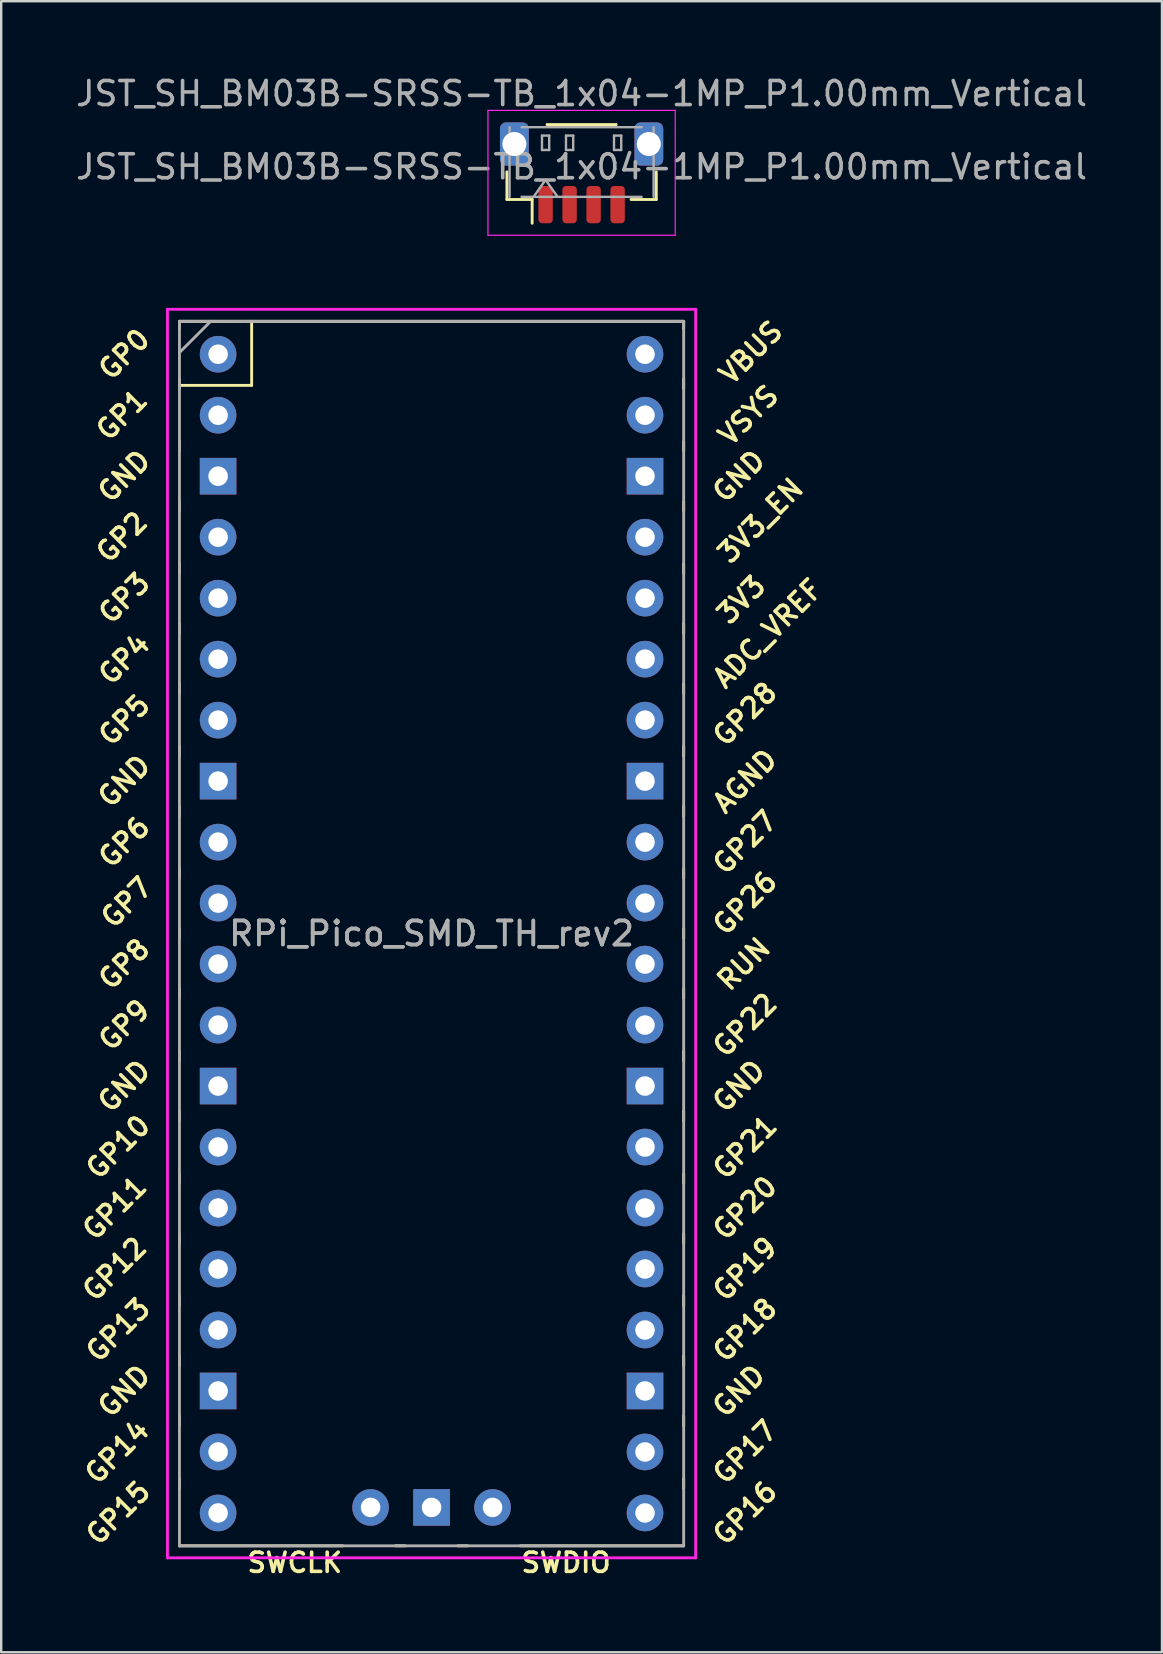
<source format=kicad_pcb>
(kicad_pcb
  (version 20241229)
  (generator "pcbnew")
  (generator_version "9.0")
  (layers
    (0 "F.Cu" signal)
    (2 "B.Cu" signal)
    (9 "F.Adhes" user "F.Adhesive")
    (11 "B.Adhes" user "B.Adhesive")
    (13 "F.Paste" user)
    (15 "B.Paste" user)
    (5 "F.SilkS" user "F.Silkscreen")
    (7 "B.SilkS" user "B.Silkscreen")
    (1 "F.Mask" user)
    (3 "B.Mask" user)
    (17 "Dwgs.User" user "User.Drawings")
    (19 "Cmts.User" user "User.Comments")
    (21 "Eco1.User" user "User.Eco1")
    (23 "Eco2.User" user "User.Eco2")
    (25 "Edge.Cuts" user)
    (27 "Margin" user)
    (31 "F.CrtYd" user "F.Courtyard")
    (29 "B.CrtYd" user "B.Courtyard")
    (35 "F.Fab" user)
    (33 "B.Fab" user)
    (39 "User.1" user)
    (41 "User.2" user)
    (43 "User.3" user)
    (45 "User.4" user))
  (footprint "JST_SH_BM03B-SRSS-TB_1x04-1MP_P1.00mm_Vertical"
    (layer "F.Cu")
    (at 21.173 4.148)
    (property "Reference" "JST_SH_BM03B-SRSS-TB_1x04-1MP_P1.00mm_Vertical" (at 0 -3.3 0) (layer "F.Fab") (effects (font (size 1 1) (thickness 0.15))))
    (attr smd)
    (fp_line (start -3.11 -0.04) (end -3.11 1.11) (stroke (width 0.12) (type solid)) (layer "F.SilkS"))
    (fp_line (start -3.11 1.11) (end -2.06 1.11) (stroke (width 0.12) (type solid)) (layer "F.SilkS"))
    (fp_line (start -2.06 1.11) (end -2.06 2.1) (stroke (width 0.12) (type solid)) (layer "F.SilkS"))
    (fp_line (start -1.44 -2.01) (end 1.44 -2.01) (stroke (width 0.12) (type solid)) (layer "F.SilkS"))
    (fp_line (start 3.11 -0.04) (end 3.11 1.11) (stroke (width 0.12) (type solid)) (layer "F.SilkS"))
    (fp_line (start 3.11 1.11) (end 2.06 1.11) (stroke (width 0.12) (type solid)) (layer "F.SilkS"))
    (fp_line (start -3.9 -2.6) (end -3.9 2.6) (stroke (width 0.05) (type solid)) (layer "F.CrtYd"))
    (fp_line (start -3.9 2.6) (end 3.9 2.6) (stroke (width 0.05) (type solid)) (layer "F.CrtYd"))
    (fp_line (start 3.9 -2.6) (end -3.9 -2.6) (stroke (width 0.05) (type solid)) (layer "F.CrtYd"))
    (fp_line (start 3.9 2.6) (end 3.9 -2.6) (stroke (width 0.05) (type solid)) (layer "F.CrtYd"))
    (fp_line (start -3 1) (end -3 -1.9) (stroke (width 0.1) (type solid)) (layer "F.Fab"))
    (fp_line (start -2.5 -1.9) (end 2.5 -1.9) (stroke (width 0.1) (type solid)) (layer "F.Fab"))
    (fp_line (start -2.5 1) (end 2.5 1) (stroke (width 0.1) (type solid)) (layer "F.Fab"))
    (fp_line (start -2 1) (end -1.5 0.293) (stroke (width 0.1) (type solid)) (layer "F.Fab"))
    (fp_line (start -1.65 -1.55) (end -1.65 -0.95) (stroke (width 0.1) (type solid)) (layer "F.Fab"))
    (fp_line (start -1.65 -0.95) (end -1.35 -0.95) (stroke (width 0.1) (type solid)) (layer "F.Fab"))
    (fp_line (start -1.5 0.293) (end -1 1) (stroke (width 0.1) (type solid)) (layer "F.Fab"))
    (fp_line (start -1.35 -1.55) (end -1.65 -1.55) (stroke (width 0.1) (type solid)) (layer "F.Fab"))
    (fp_line (start -1.35 -0.95) (end -1.35 -1.55) (stroke (width 0.1) (type solid)) (layer "F.Fab"))
    (fp_line (start -0.65 -1.55) (end -0.65 -0.95) (stroke (width 0.1) (type solid)) (layer "F.Fab"))
    (fp_line (start -0.65 -0.95) (end -0.35 -0.95) (stroke (width 0.1) (type solid)) (layer "F.Fab"))
    (fp_line (start -0.35 -1.55) (end -0.65 -1.55) (stroke (width 0.1) (type solid)) (layer "F.Fab"))
    (fp_line (start -0.35 -0.95) (end -0.35 -1.55) (stroke (width 0.1) (type solid)) (layer "F.Fab"))
    (fp_line (start 1.35 -1.55) (end 1.35 -0.95) (stroke (width 0.1) (type solid)) (layer "F.Fab"))
    (fp_line (start 1.35 -0.95) (end 1.65 -0.95) (stroke (width 0.1) (type solid)) (layer "F.Fab"))
    (fp_line (start 1.65 -1.55) (end 1.35 -1.55) (stroke (width 0.1) (type solid)) (layer "F.Fab"))
    (fp_line (start 1.65 -0.95) (end 1.65 -1.55) (stroke (width 0.1) (type solid)) (layer "F.Fab"))
    (fp_line (start 3 1) (end 3 -1.9) (stroke (width 0.1) (type solid)) (layer "F.Fab"))
    (fp_text user "${REFERENCE}" (at 0 -0.25 0) (layer "F.Fab") (effects (font (size 1 1) (thickness 0.15))))
    (pad "1" smd roundrect (at -1.5 1.325) (size 0.6 1.55) (layers "F.Cu" "F.Mask" "F.Paste") (roundrect_rratio 0.25))
    (pad "2" smd roundrect (at -0.5 1.325) (size 0.6 1.55) (layers "F.Cu" "F.Mask" "F.Paste") (roundrect_rratio 0.25))
    (pad "3" smd roundrect (at 0.5 1.325) (size 0.6 1.55) (layers "F.Cu" "F.Mask" "F.Paste") (roundrect_rratio 0.25))
    (pad "4" smd roundrect (at 1.5 1.325) (size 0.6 1.55) (layers "F.Cu" "F.Mask" "F.Paste") (roundrect_rratio 0.25))
    (pad "MP" thru_hole roundrect (at -2.8 -1.2) (size 1.2 1.8) (drill 1) (layers "*.Cu" "*.Mask") (roundrect_rratio 0.208))
    (pad "MP" thru_hole roundrect (at 2.8 -1.2) (size 1.2 1.8) (drill 1) (layers "*.Cu" "*.Mask") (roundrect_rratio 0.208)))
  (footprint "RPi_Pico_SMD_TH_rev2"
    (layer "F.Cu")
    (at 14.924 35.833)
    (property "Reference" "RPi_Pico_SMD_TH_rev2" (at 0 0 0) (layer "F.Fab") (effects (font (size 1 1) (thickness 0.15))))
    (fp_line (start -10.5 -25.5) (end -10.5 -25.2) (stroke (width 0.12) (type solid)) (layer "F.SilkS"))
    (fp_line (start -10.5 -25.5) (end 10.5 -25.5) (stroke (width 0.12) (type solid)) (layer "F.SilkS"))
    (fp_line (start -10.5 -23.1) (end -10.5 -22.7) (stroke (width 0.12) (type solid)) (layer "F.SilkS"))
    (fp_line (start -10.5 -22.833) (end -7.493 -22.833) (stroke (width 0.12) (type solid)) (layer "F.SilkS"))
    (fp_line (start -10.5 -20.5) (end -10.5 -20.1) (stroke (width 0.12) (type solid)) (layer "F.SilkS"))
    (fp_line (start -10.5 -18) (end -10.5 -17.6) (stroke (width 0.12) (type solid)) (layer "F.SilkS"))
    (fp_line (start -10.5 -15.4) (end -10.5 -15) (stroke (width 0.12) (type solid)) (layer "F.SilkS"))
    (fp_line (start -10.5 -12.9) (end -10.5 -12.5) (stroke (width 0.12) (type solid)) (layer "F.SilkS"))
    (fp_line (start -10.5 -10.4) (end -10.5 -10) (stroke (width 0.12) (type solid)) (layer "F.SilkS"))
    (fp_line (start -10.5 -7.8) (end -10.5 -7.4) (stroke (width 0.12) (type solid)) (layer "F.SilkS"))
    (fp_line (start -10.5 -5.3) (end -10.5 -4.9) (stroke (width 0.12) (type solid)) (layer "F.SilkS"))
    (fp_line (start -10.5 -2.7) (end -10.5 -2.3) (stroke (width 0.12) (type solid)) (layer "F.SilkS"))
    (fp_line (start -10.5 -0.2) (end -10.5 0.2) (stroke (width 0.12) (type solid)) (layer "F.SilkS"))
    (fp_line (start -10.5 2.3) (end -10.5 2.7) (stroke (width 0.12) (type solid)) (layer "F.SilkS"))
    (fp_line (start -10.5 4.9) (end -10.5 5.3) (stroke (width 0.12) (type solid)) (layer "F.SilkS"))
    (fp_line (start -10.5 7.4) (end -10.5 7.8) (stroke (width 0.12) (type solid)) (layer "F.SilkS"))
    (fp_line (start -10.5 10) (end -10.5 10.4) (stroke (width 0.12) (type solid)) (layer "F.SilkS"))
    (fp_line (start -10.5 12.5) (end -10.5 12.9) (stroke (width 0.12) (type solid)) (layer "F.SilkS"))
    (fp_line (start -10.5 15.1) (end -10.5 15.5) (stroke (width 0.12) (type solid)) (layer "F.SilkS"))
    (fp_line (start -10.5 17.6) (end -10.5 18) (stroke (width 0.12) (type solid)) (layer "F.SilkS"))
    (fp_line (start -10.5 20.1) (end -10.5 20.5) (stroke (width 0.12) (type solid)) (layer "F.SilkS"))
    (fp_line (start -10.5 22.7) (end -10.5 23.1) (stroke (width 0.12) (type solid)) (layer "F.SilkS"))
    (fp_line (start -7.493 -22.833) (end -7.493 -25.5) (stroke (width 0.12) (type solid)) (layer "F.SilkS"))
    (fp_line (start -3.7 25.5) (end -10.5 25.5) (stroke (width 0.12) (type solid)) (layer "F.SilkS"))
    (fp_line (start -1.5 25.5) (end -1.1 25.5) (stroke (width 0.12) (type solid)) (layer "F.SilkS"))
    (fp_line (start 1.1 25.5) (end 1.5 25.5) (stroke (width 0.12) (type solid)) (layer "F.SilkS"))
    (fp_line (start 10.5 -25.5) (end 10.5 -25.2) (stroke (width 0.12) (type solid)) (layer "F.SilkS"))
    (fp_line (start 10.5 -23.1) (end 10.5 -22.7) (stroke (width 0.12) (type solid)) (layer "F.SilkS"))
    (fp_line (start 10.5 -20.5) (end 10.5 -20.1) (stroke (width 0.12) (type solid)) (layer "F.SilkS"))
    (fp_line (start 10.5 -18) (end 10.5 -17.6) (stroke (width 0.12) (type solid)) (layer "F.SilkS"))
    (fp_line (start 10.5 -15.4) (end 10.5 -15) (stroke (width 0.12) (type solid)) (layer "F.SilkS"))
    (fp_line (start 10.5 -12.9) (end 10.5 -12.5) (stroke (width 0.12) (type solid)) (layer "F.SilkS"))
    (fp_line (start 10.5 -10.4) (end 10.5 -10) (stroke (width 0.12) (type solid)) (layer "F.SilkS"))
    (fp_line (start 10.5 -7.8) (end 10.5 -7.4) (stroke (width 0.12) (type solid)) (layer "F.SilkS"))
    (fp_line (start 10.5 -5.3) (end 10.5 -4.9) (stroke (width 0.12) (type solid)) (layer "F.SilkS"))
    (fp_line (start 10.5 -2.7) (end 10.5 -2.3) (stroke (width 0.12) (type solid)) (layer "F.SilkS"))
    (fp_line (start 10.5 -0.2) (end 10.5 0.2) (stroke (width 0.12) (type solid)) (layer "F.SilkS"))
    (fp_line (start 10.5 2.3) (end 10.5 2.7) (stroke (width 0.12) (type solid)) (layer "F.SilkS"))
    (fp_line (start 10.5 4.9) (end 10.5 5.3) (stroke (width 0.12) (type solid)) (layer "F.SilkS"))
    (fp_line (start 10.5 7.4) (end 10.5 7.8) (stroke (width 0.12) (type solid)) (layer "F.SilkS"))
    (fp_line (start 10.5 10) (end 10.5 10.4) (stroke (width 0.12) (type solid)) (layer "F.SilkS"))
    (fp_line (start 10.5 12.5) (end 10.5 12.9) (stroke (width 0.12) (type solid)) (layer "F.SilkS"))
    (fp_line (start 10.5 15.1) (end 10.5 15.5) (stroke (width 0.12) (type solid)) (layer "F.SilkS"))
    (fp_line (start 10.5 17.6) (end 10.5 18) (stroke (width 0.12) (type solid)) (layer "F.SilkS"))
    (fp_line (start 10.5 20.1) (end 10.5 20.5) (stroke (width 0.12) (type solid)) (layer "F.SilkS"))
    (fp_line (start 10.5 22.7) (end 10.5 23.1) (stroke (width 0.12) (type solid)) (layer "F.SilkS"))
    (fp_line (start 10.5 25.5) (end 3.7 25.5) (stroke (width 0.12) (type solid)) (layer "F.SilkS"))
    (fp_line (start -11 -26) (end 11 -26) (stroke (width 0.12) (type solid)) (layer "F.CrtYd"))
    (fp_line (start -11 26) (end -11 -26) (stroke (width 0.12) (type solid)) (layer "F.CrtYd"))
    (fp_line (start 11 -26) (end 11 26) (stroke (width 0.12) (type solid)) (layer "F.CrtYd"))
    (fp_line (start 11 26) (end -11 26) (stroke (width 0.12) (type solid)) (layer "F.CrtYd"))
    (fp_line (start -10.5 -25.5) (end 10.5 -25.5) (stroke (width 0.12) (type solid)) (layer "F.Fab"))
    (fp_line (start -10.5 -24.2) (end -9.2 -25.5) (stroke (width 0.12) (type solid)) (layer "F.Fab"))
    (fp_line (start -10.5 25.5) (end -10.5 -25.5) (stroke (width 0.12) (type solid)) (layer "F.Fab"))
    (fp_line (start 10.5 -25.5) (end 10.5 25.5) (stroke (width 0.12) (type solid)) (layer "F.Fab"))
    (fp_line (start 10.5 25.5) (end -10.5 25.5) (stroke (width 0.12) (type solid)) (layer "F.Fab"))
    (fp_text user "SWDIO" (at 5.6 26.2 0) (layer "F.SilkS") (effects (font (size 0.8 0.8) (thickness 0.15))))
    (fp_text user "VBUS" (at 13.3 -24.2 45) (layer "F.SilkS") (effects (font (size 0.8 0.8) (thickness 0.15))))
    (fp_text user "3V3_EN" (at 13.7 -17.2 45) (layer "F.SilkS") (effects (font (size 0.8 0.8) (thickness 0.15))))
    (fp_text user "VSYS" (at 13.2 -21.59 45) (layer "F.SilkS") (effects (font (size 0.8 0.8) (thickness 0.15))))
    (fp_text user "GP13" (at -13.054 16.51 45) (layer "F.SilkS") (effects (font (size 0.8 0.8) (thickness 0.15))))
    (fp_text user "GP9" (at -12.8 3.81 45) (layer "F.SilkS") (effects (font (size 0.8 0.8) (thickness 0.15))))
    (fp_text user "GP16" (at 13.054 24.13 45) (layer "F.SilkS") (effects (font (size 0.8 0.8) (thickness 0.15))))
    (fp_text user "GP15" (at -13.054 24.13 45) (layer "F.SilkS") (effects (font (size 0.8 0.8) (thickness 0.15))))
    (fp_text user "GP1" (at -12.9 -21.6 45) (layer "F.SilkS") (effects (font (size 0.8 0.8) (thickness 0.15))))
    (fp_text user "GP8" (at -12.8 1.27 45) (layer "F.SilkS") (effects (font (size 0.8 0.8) (thickness 0.15))))
    (fp_text user "GP5" (at -12.8 -8.89 45) (layer "F.SilkS") (effects (font (size 0.8 0.8) (thickness 0.15))))
    (fp_text user "GND" (at 12.8 19.05 45) (layer "F.SilkS") (effects (font (size 0.8 0.8) (thickness 0.15))))
    (fp_text user "GP14" (at -13.1 21.59 45) (layer "F.SilkS") (effects (font (size 0.8 0.8) (thickness 0.15))))
    (fp_text user "GND" (at -12.8 6.35 45) (layer "F.SilkS") (effects (font (size 0.8 0.8) (thickness 0.15))))
    (fp_text user "GP26" (at 13.054 -1.27 45) (layer "F.SilkS") (effects (font (size 0.8 0.8) (thickness 0.15))))
    (fp_text user "GP3" (at -12.8 -13.97 45) (layer "F.SilkS") (effects (font (size 0.8 0.8) (thickness 0.15))))
    (fp_text user "GND" (at 12.8 -19.05 45) (layer "F.SilkS") (effects (font (size 0.8 0.8) (thickness 0.15))))
    (fp_text user "RUN" (at 13 1.27 45) (layer "F.SilkS") (effects (font (size 0.8 0.8) (thickness 0.15))))
    (fp_text user "GP2" (at -12.9 -16.51 45) (layer "F.SilkS") (effects (font (size 0.8 0.8) (thickness 0.15))))
    (fp_text user "GND" (at -12.8 -19.05 45) (layer "F.SilkS") (effects (font (size 0.8 0.8) (thickness 0.15))))
    (fp_text user "GP12" (at -13.2 13.97 45) (layer "F.SilkS") (effects (font (size 0.8 0.8) (thickness 0.15))))
    (fp_text user "GND" (at -12.8 19.05 45) (layer "F.SilkS") (effects (font (size 0.8 0.8) (thickness 0.15))))
    (fp_text user "GP18" (at 13.054 16.51 45) (layer "F.SilkS") (effects (font (size 0.8 0.8) (thickness 0.15))))
    (fp_text user "GP27" (at 13.054 -3.8 45) (layer "F.SilkS") (effects (font (size 0.8 0.8) (thickness 0.15))))
    (fp_text user "ADC_VREF" (at 14 -12.5 45) (layer "F.SilkS") (effects (font (size 0.8 0.8) (thickness 0.15))))
    (fp_text user "GP6" (at -12.8 -3.81 45) (layer "F.SilkS") (effects (font (size 0.8 0.8) (thickness 0.15))))
    (fp_text user "3V3" (at 12.9 -13.9 45) (layer "F.SilkS") (effects (font (size 0.8 0.8) (thickness 0.15))))
    (fp_text user "AGND" (at 13.054 -6.35 45) (layer "F.SilkS") (effects (font (size 0.8 0.8) (thickness 0.15))))
    (fp_text user "GP0" (at -12.8 -24.13 45) (layer "F.SilkS") (effects (font (size 0.8 0.8) (thickness 0.15))))
    (fp_text user "GP28" (at 13.054 -9.144 45) (layer "F.SilkS") (effects (font (size 0.8 0.8) (thickness 0.15))))
    (fp_text user "SWCLK" (at -5.7 26.2 0) (layer "F.SilkS") (effects (font (size 0.8 0.8) (thickness 0.15))))
    (fp_text user "GP11" (at -13.2 11.43 45) (layer "F.SilkS") (effects (font (size 0.8 0.8) (thickness 0.15))))
    (fp_text user "GND" (at -12.8 -6.35 45) (layer "F.SilkS") (effects (font (size 0.8 0.8) (thickness 0.15))))
    (fp_text user "GND" (at 12.8 6.35 45) (layer "F.SilkS") (effects (font (size 0.8 0.8) (thickness 0.15))))
    (fp_text user "GP10" (at -13.054 8.89 45) (layer "F.SilkS") (effects (font (size 0.8 0.8) (thickness 0.15))))
    (fp_text user "GP22" (at 13.054 3.81 45) (layer "F.SilkS") (effects (font (size 0.8 0.8) (thickness 0.15))))
    (fp_text user "GP7" (at -12.7 -1.3 45) (layer "F.SilkS") (effects (font (size 0.8 0.8) (thickness 0.15))))
    (fp_text user "GP4" (at -12.8 -11.43 45) (layer "F.SilkS") (effects (font (size 0.8 0.8) (thickness 0.15))))
    (fp_text user "GP19" (at 13.054 13.97 45) (layer "F.SilkS") (effects (font (size 0.8 0.8) (thickness 0.15))))
    (fp_text user "GP21" (at 13.054 8.9 45) (layer "F.SilkS") (effects (font (size 0.8 0.8) (thickness 0.15))))
    (fp_text user "GP17" (at 13.054 21.59 45) (layer "F.SilkS") (effects (font (size 0.8 0.8) (thickness 0.15))))
    (fp_text user "GP20" (at 13.054 11.43 45) (layer "F.SilkS") (effects (font (size 0.8 0.8) (thickness 0.15))))
    (fp_text user "${REFERENCE}" (at 0 0 180) (layer "F.Fab") (effects (font (size 1 1) (thickness 0.15))))
    (pad "1" thru_hole oval (at -8.89 -24.13) (size 1.524 1.524) (drill 0.813) (layers "*.Cu" "*.Mask"))
    (pad "2" thru_hole oval (at -8.89 -21.59) (size 1.524 1.524) (drill 0.813) (layers "*.Cu" "*.Mask"))
    (pad "3" thru_hole rect (at -8.89 -19.05) (size 1.524 1.524) (drill 0.813) (layers "*.Cu" "*.Mask"))
    (pad "4" thru_hole oval (at -8.89 -16.51) (size 1.524 1.524) (drill 0.813) (layers "*.Cu" "*.Mask"))
    (pad "5" thru_hole oval (at -8.89 -13.97) (size 1.524 1.524) (drill 0.813) (layers "*.Cu" "*.Mask"))
    (pad "6" thru_hole oval (at -8.89 -11.43) (size 1.524 1.524) (drill 0.813) (layers "*.Cu" "*.Mask"))
    (pad "7" thru_hole oval (at -8.89 -8.89) (size 1.524 1.524) (drill 0.813) (layers "*.Cu" "*.Mask"))
    (pad "8" thru_hole rect (at -8.89 -6.35) (size 1.524 1.524) (drill 0.813) (layers "*.Cu" "*.Mask"))
    (pad "9" thru_hole oval (at -8.89 -3.81) (size 1.524 1.524) (drill 0.813) (layers "*.Cu" "*.Mask"))
    (pad "10" thru_hole oval (at -8.89 -1.27) (size 1.524 1.524) (drill 0.813) (layers "*.Cu" "*.Mask"))
    (pad "11" thru_hole oval (at -8.89 1.27) (size 1.524 1.524) (drill 0.813) (layers "*.Cu" "*.Mask"))
    (pad "12" thru_hole oval (at -8.89 3.81) (size 1.524 1.524) (drill 0.813) (layers "*.Cu" "*.Mask"))
    (pad "13" thru_hole rect (at -8.89 6.35) (size 1.524 1.524) (drill 0.813) (layers "*.Cu" "*.Mask"))
    (pad "14" thru_hole oval (at -8.89 8.89) (size 1.524 1.524) (drill 0.813) (layers "*.Cu" "*.Mask"))
    (pad "15" thru_hole oval (at -8.89 11.43) (size 1.524 1.524) (drill 0.813) (layers "*.Cu" "*.Mask"))
    (pad "16" thru_hole oval (at -8.89 13.97) (size 1.524 1.524) (drill 0.813) (layers "*.Cu" "*.Mask"))
    (pad "17" thru_hole oval (at -8.89 16.51) (size 1.524 1.524) (drill 0.813) (layers "*.Cu" "*.Mask"))
    (pad "18" thru_hole rect (at -8.89 19.05) (size 1.524 1.524) (drill 0.813) (layers "*.Cu" "*.Mask"))
    (pad "19" thru_hole oval (at -8.89 21.59) (size 1.524 1.524) (drill 0.813) (layers "*.Cu" "*.Mask"))
    (pad "20" thru_hole oval (at -8.89 24.13) (size 1.524 1.524) (drill 0.813) (layers "*.Cu" "*.Mask"))
    (pad "21" thru_hole oval (at 8.89 24.13) (size 1.524 1.524) (drill 0.813) (layers "*.Cu" "*.Mask"))
    (pad "22" thru_hole oval (at 8.89 21.59) (size 1.524 1.524) (drill 0.813) (layers "*.Cu" "*.Mask"))
    (pad "23" thru_hole rect (at 8.89 19.05) (size 1.524 1.524) (drill 0.813) (layers "*.Cu" "*.Mask"))
    (pad "24" thru_hole oval (at 8.89 16.51) (size 1.524 1.524) (drill 0.813) (layers "*.Cu" "*.Mask"))
    (pad "25" thru_hole oval (at 8.89 13.97) (size 1.524 1.524) (drill 0.813) (layers "*.Cu" "*.Mask"))
    (pad "26" thru_hole oval (at 8.89 11.43) (size 1.524 1.524) (drill 0.813) (layers "*.Cu" "*.Mask"))
    (pad "27" thru_hole oval (at 8.89 8.89) (size 1.524 1.524) (drill 0.813) (layers "*.Cu" "*.Mask"))
    (pad "28" thru_hole rect (at 8.89 6.35) (size 1.524 1.524) (drill 0.813) (layers "*.Cu" "*.Mask"))
    (pad "29" thru_hole oval (at 8.89 3.81) (size 1.524 1.524) (drill 0.813) (layers "*.Cu" "*.Mask"))
    (pad "30" thru_hole oval (at 8.89 1.27) (size 1.524 1.524) (drill 0.813) (layers "*.Cu" "*.Mask"))
    (pad "31" thru_hole oval (at 8.89 -1.27) (size 1.524 1.524) (drill 0.813) (layers "*.Cu" "*.Mask"))
    (pad "32" thru_hole oval (at 8.89 -3.81) (size 1.524 1.524) (drill 0.813) (layers "*.Cu" "*.Mask"))
    (pad "33" thru_hole rect (at 8.89 -6.35) (size 1.524 1.524) (drill 0.813) (layers "*.Cu" "*.Mask"))
    (pad "34" thru_hole oval (at 8.89 -8.89) (size 1.524 1.524) (drill 0.813) (layers "*.Cu" "*.Mask"))
    (pad "35" thru_hole oval (at 8.89 -11.43) (size 1.524 1.524) (drill 0.813) (layers "*.Cu" "*.Mask"))
    (pad "36" thru_hole oval (at 8.89 -13.97) (size 1.524 1.524) (drill 0.813) (layers "*.Cu" "*.Mask"))
    (pad "37" thru_hole oval (at 8.89 -16.51) (size 1.524 1.524) (drill 0.813) (layers "*.Cu" "*.Mask"))
    (pad "38" thru_hole rect (at 8.89 -19.05) (size 1.524 1.524) (drill 0.813) (layers "*.Cu" "*.Mask"))
    (pad "39" thru_hole oval (at 8.89 -21.59) (size 1.524 1.524) (drill 0.813) (layers "*.Cu" "*.Mask"))
    (pad "40" thru_hole oval (at 8.89 -24.13) (size 1.524 1.524) (drill 0.813) (layers "*.Cu" "*.Mask"))
    (pad "41" thru_hole oval (at -2.54 23.9) (size 1.524 1.524) (drill 0.813) (layers "*.Cu" "*.Mask"))
    (pad "42" thru_hole rect (at 0 23.9) (size 1.524 1.524) (drill 0.813) (layers "*.Cu" "*.Mask"))
    (pad "43" thru_hole oval (at 2.54 23.9) (size 1.524 1.524) (drill 0.813) (layers "*.Cu" "*.Mask")))
  (gr_rect
    (start -3 -3)
    (end 45.345 65.764)
    (stroke (width 0.1) (type default))
    (fill no)
    (layer "Edge.Cuts")))
</source>
